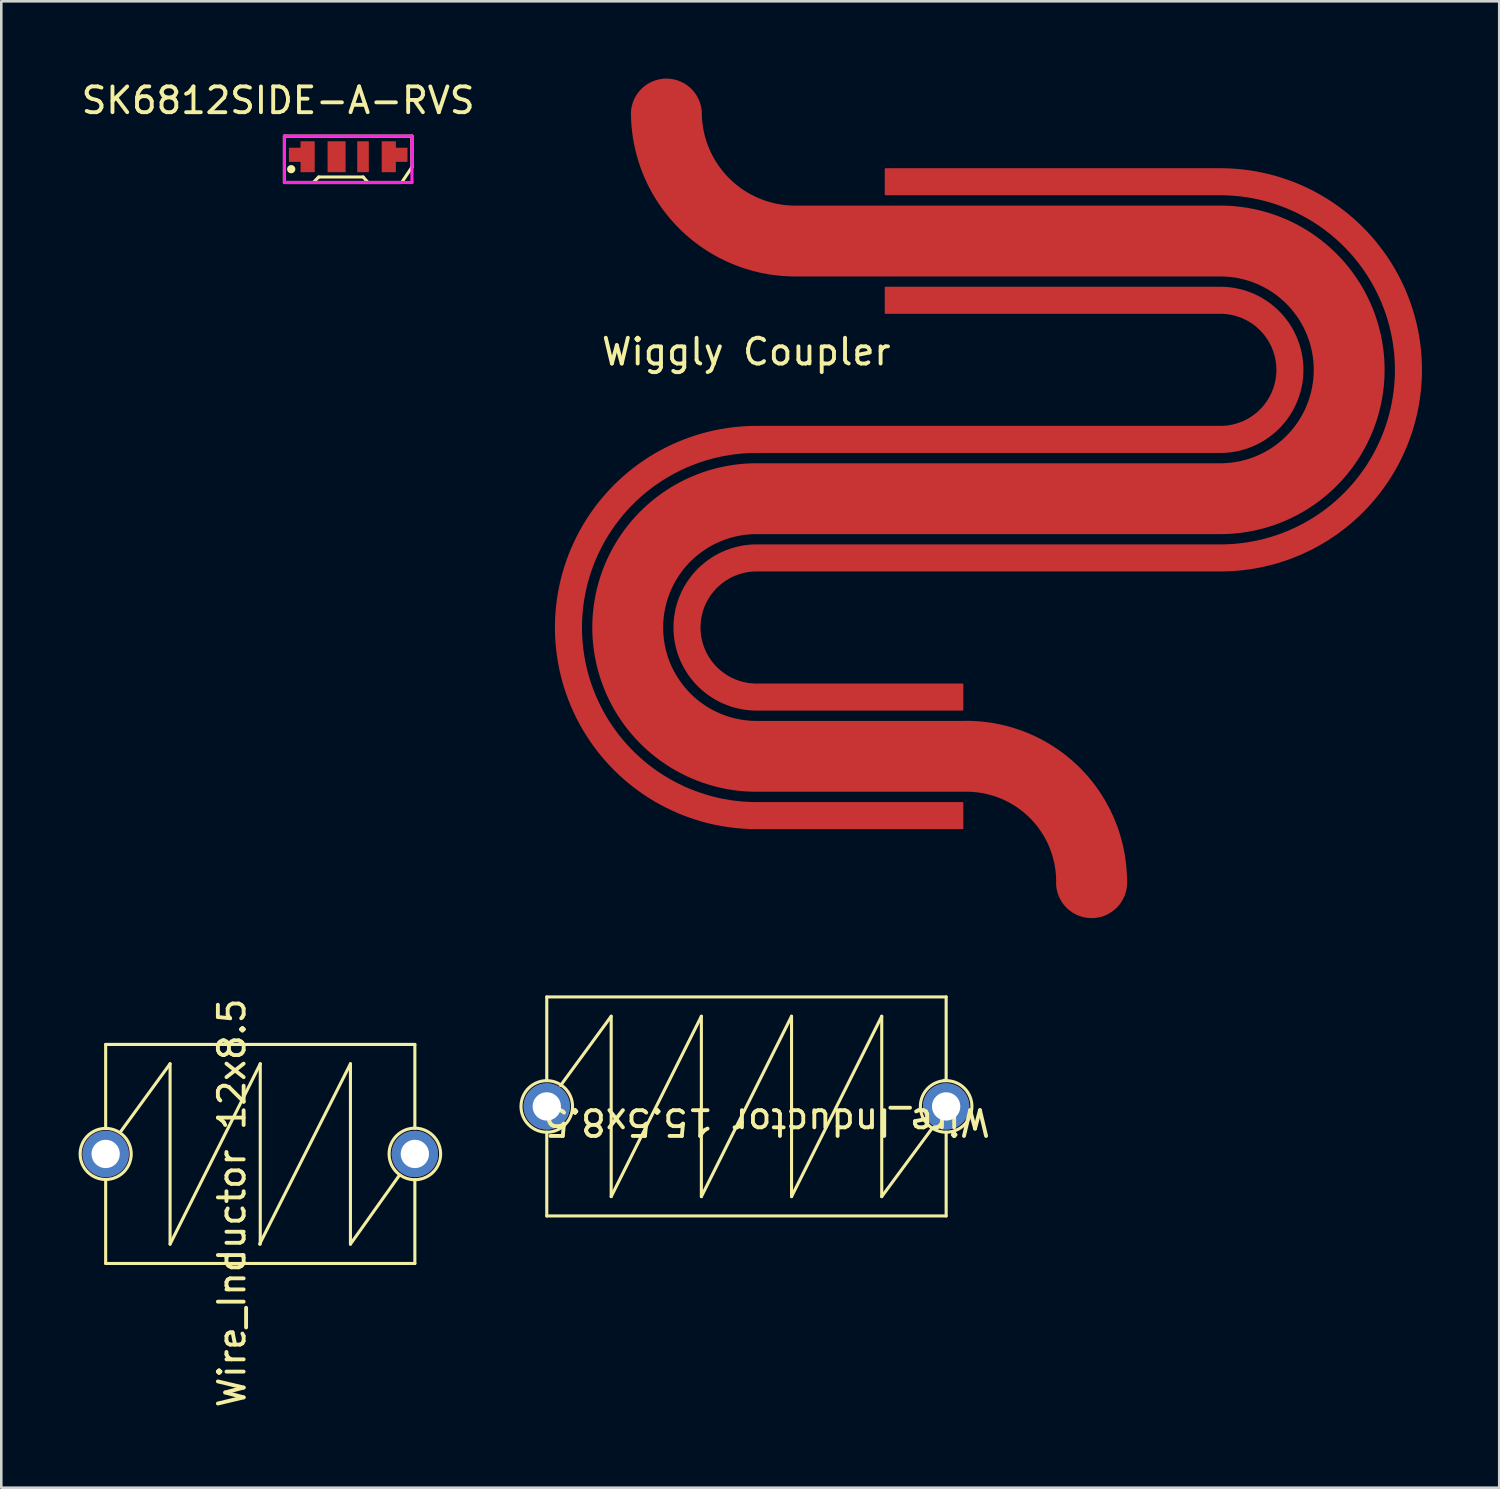
<source format=kicad_pcb>
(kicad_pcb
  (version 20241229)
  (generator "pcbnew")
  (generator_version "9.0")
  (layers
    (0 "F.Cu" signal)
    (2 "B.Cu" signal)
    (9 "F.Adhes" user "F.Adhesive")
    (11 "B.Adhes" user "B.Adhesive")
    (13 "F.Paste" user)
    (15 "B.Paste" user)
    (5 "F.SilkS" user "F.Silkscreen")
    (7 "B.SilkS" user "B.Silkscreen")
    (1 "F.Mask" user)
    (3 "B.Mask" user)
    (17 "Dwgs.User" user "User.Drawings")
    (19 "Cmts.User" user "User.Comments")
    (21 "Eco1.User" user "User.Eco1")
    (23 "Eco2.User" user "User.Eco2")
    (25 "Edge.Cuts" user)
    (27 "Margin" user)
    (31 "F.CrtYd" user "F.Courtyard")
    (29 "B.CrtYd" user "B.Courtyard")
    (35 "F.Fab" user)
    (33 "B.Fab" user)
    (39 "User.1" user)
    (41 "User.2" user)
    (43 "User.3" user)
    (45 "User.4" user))
  (footprint "Wire_Inductor 12x8.5"
    (layer "F.Cu")
    (at 7.051 41.736)
    (property "Reference" "Wire_Inductor 12x8.5" (at -1.1 1.9 90) (unlocked yes) (layer "F.SilkS") (effects (font (size 1 1) (thickness 0.15))))
    (attr through_hole exclude_from_pos_files exclude_from_bom)
    (fp_line (start -6 -4.25) (end 6 -4.25) (stroke (width 0.12) (type solid)) (layer "F.SilkS"))
    (fp_line (start -6 -1) (end -6 -4.25) (stroke (width 0.12) (type solid)) (layer "F.SilkS"))
    (fp_line (start -6 1) (end -6 4.25) (stroke (width 0.12) (type solid)) (layer "F.SilkS"))
    (fp_line (start -6 4.25) (end 6 4.25) (stroke (width 0.12) (type solid)) (layer "F.SilkS"))
    (fp_line (start -3.5 -3.5) (end -5.405 -0.884) (stroke (width 0.12) (type solid)) (layer "F.SilkS"))
    (fp_line (start -3.5 3.5) (end -3.5 -3.5) (stroke (width 0.12) (type solid)) (layer "F.SilkS"))
    (fp_line (start -0.025 3.5) (end 3.5 -3.5) (stroke (width 0.12) (type solid)) (layer "F.SilkS"))
    (fp_line (start 0 -3.5) (end -3.5 3.5) (stroke (width 0.12) (type solid)) (layer "F.SilkS"))
    (fp_line (start 0 -3.5) (end 0 3.5) (stroke (width 0.12) (type solid)) (layer "F.SilkS"))
    (fp_line (start 3.5 -3.5) (end 3.5 3.5) (stroke (width 0.12) (type solid)) (layer "F.SilkS"))
    (fp_line (start 3.5 3.5) (end 5.41 0.813) (stroke (width 0.12) (type solid)) (layer "F.SilkS"))
    (fp_line (start 6 -4.25) (end 6 -1) (stroke (width 0.12) (type solid)) (layer "F.SilkS"))
    (fp_line (start 6 4.25) (end 6 1) (stroke (width 0.12) (type solid)) (layer "F.SilkS"))
    (fp_circle (center -6 0) (end -5.182 -0.559) (stroke (width 0.12) (type solid)) (fill no) (layer "F.SilkS"))
    (fp_circle (center 6 0) (end 7 0) (stroke (width 0.12) (type solid)) (fill no) (layer "F.SilkS"))
    (pad "1" thru_hole circle (at -6 0) (size 1.8 1.8) (drill 1.1) (layers "*.Cu" "*.Mask"))
    (pad "2" thru_hole circle (at 6 0) (size 1.8 1.8) (drill 1.1) (layers "*.Cu" "*.Mask")))
  (footprint "Wire_Inductor 15.5x8.5"
    (layer "F.Cu")
    (at 25.921 39.892)
    (property "Reference" "Wire_Inductor 15.5x8.5" (at 0.8 0.6 180) (unlocked yes) (layer "F.SilkS") (effects (font (size 1 1) (thickness 0.15))))
    (attr through_hole exclude_from_pos_files exclude_from_bom)
    (fp_line (start -7.75 -4.25) (end 7.75 -4.25) (stroke (width 0.12) (type solid)) (layer "F.SilkS"))
    (fp_line (start -7.75 -1) (end -7.75 -4.25) (stroke (width 0.12) (type solid)) (layer "F.SilkS"))
    (fp_line (start -7.75 4.25) (end -7.75 1) (stroke (width 0.12) (type solid)) (layer "F.SilkS"))
    (fp_line (start -5.25 -3.5) (end -7.214 -0.813) (stroke (width 0.12) (type solid)) (layer "F.SilkS"))
    (fp_line (start -5.25 3.5) (end -5.25 -3.5) (stroke (width 0.12) (type solid)) (layer "F.SilkS"))
    (fp_line (start -1.75 -3.5) (end -5.25 3.5) (stroke (width 0.12) (type solid)) (layer "F.SilkS"))
    (fp_line (start -1.75 -3.5) (end -1.75 3.5) (stroke (width 0.12) (type solid)) (layer "F.SilkS"))
    (fp_line (start -1.75 3.5) (end 1.75 -3.5) (stroke (width 0.12) (type solid)) (layer "F.SilkS"))
    (fp_line (start 1.75 -3.5) (end 1.75 3.5) (stroke (width 0.12) (type solid)) (layer "F.SilkS"))
    (fp_line (start 1.75 3.5) (end 5.25 -3.5) (stroke (width 0.12) (type solid)) (layer "F.SilkS"))
    (fp_line (start 5.25 -3.5) (end 5.25 3.5) (stroke (width 0.12) (type solid)) (layer "F.SilkS"))
    (fp_line (start 5.25 3.5) (end 7.214 0.838) (stroke (width 0.12) (type solid)) (layer "F.SilkS"))
    (fp_line (start 7.671 -1) (end 7.671 -1.016) (stroke (width 0.12) (type solid)) (layer "F.SilkS"))
    (fp_line (start 7.75 -4.25) (end 7.75 -1) (stroke (width 0.12) (type solid)) (layer "F.SilkS"))
    (fp_line (start 7.75 1) (end 7.75 4.25) (stroke (width 0.12) (type solid)) (layer "F.SilkS"))
    (fp_line (start 7.75 4.25) (end -7.75 4.25) (stroke (width 0.12) (type solid)) (layer "F.SilkS"))
    (fp_circle (center -7.75 0) (end -6.75 0) (stroke (width 0.12) (type solid)) (fill no) (layer "F.SilkS"))
    (fp_circle (center 7.75 0) (end 8.75 0) (stroke (width 0.12) (type solid)) (fill no) (layer "F.SilkS"))
    (pad "1" thru_hole circle (at -7.75 0) (size 1.8 1.8) (drill 1.1) (layers "*.Cu" "*.Mask"))
    (pad "2" thru_hole circle (at 7.75 0) (size 1.8 1.8) (drill 1.1) (layers "*.Cu" "*.Mask")))
  (footprint "Wiggly Coupler"
    (layer "F.Cu")
    (at 31.313 16.304)
    (property "Reference" "Wiggly Coupler" (at -5.4 -5.7 0) (unlocked yes) (layer "F.SilkS") (effects (font (size 1 1) (thickness 0.15))))
    (attr smd exclude_from_pos_files exclude_from_bom)
    (pad "1" smd custom (at -8.484 -15.138) (size 1.524 1.524) (layers "F.Cu") (options (anchor circle)) (primitives (gr_poly (pts (xy -1.143 -0.381) (xy -1.127 -0.49) (xy -1.072 -0.602) (xy -0.984 -0.691) (xy -0.871 -0.746) (xy -0.762 -0.762) (xy 0.762 -0.762) (xy 0.871 -0.746) (xy 0.983 -0.691) (xy 1.072 -0.603) (xy 1.127 -0.49) (xy 1.143 -0.381) (xy 1.143 0.381) (xy 1.127 0.49) (xy 1.072 0.602) (xy 0.984 0.691) (xy 0.871 0.746) (xy 0.762 0.762) (xy -0.762 0.762) (xy -0.871 0.746) (xy -0.983 0.691) (xy -1.072 0.603) (xy -1.127 0.49) (xy -1.143 0.381)) (width 0) (fill yes)) (gr_poly (pts (arc (start 3.4836 16.4884) (mid -0.1664 20.1384) (end 3.4836 23.7884)) (arc (start 11.464481 23.7884) (mid 16.025829 25.611455) (end 17.832986 30.179125)) (arc (start 17.832986 30.179125) (mid 16.445797 31.390966) (end 15.134214 30.097675)) (arc (start 15.134214 30.097675) (mid 14.102381 27.506387) (end 11.505623 26.4884)) (arc (start 3.4836 26.4884) (mid -2.8664 20.1384) (end 3.4836 13.7884)) (arc (start 21.4836 13.7884) (mid 25.1336 10.1384) (end 21.4836 6.4884)) (arc (start 4.9836 6.4884) (mid 0.493472 4.628528) (end -1.3664 0.1384)) (arc (start -1.3664 0.1384) (mid -0.0164 -1.140325) (end 1.3336 0.1384)) (arc (start 1.3336 0.1384) (mid 2.40266 2.71934) (end 4.9836 3.7884)) (arc (start 21.4836 3.7884) (mid 27.8336 10.1384) (end 21.4836 16.4884))) (width 0.05) (fill yes)) (gr_line (start 3.484 26.488) (end 11.506 26.488) (width 0.05))))
    (pad "2" smd custom (at 0.508 -12.294) (size 1 1) (layers "F.Cu") (options (anchor rect)) (primitives (gr_poly (pts (arc (start -5.508 15.0936) (mid -7.708 17.2936) (end -5.508 19.4936)) (xy 2.492 19.494) (xy 2.492 20.494) (arc (start -5.508 20.4936) (mid -8.708 17.2936) (end -5.508 14.0936)) (arc (start 12.492 14.0936) (mid 19.292 7.2936) (end 12.492 0.4936)) (xy -0.508 0.494) (xy -0.508 -0.506) (arc (start 12.492 -0.5064) (mid 20.292 7.2936) (end 12.492 15.0936))) (width 0.05) (fill yes)) (gr_arc (start -5.508 19.4936) (mid -7.708 17.2936) (end -5.508 15.0936) (width 0.05)) (gr_arc (start -5.508 19.4936) (mid -7.708 17.2936) (end -5.508 15.0936) (width 0.05)) (gr_arc (start -5.508 20.4936) (mid -8.708 17.2936) (end -5.508 14.0936) (width 0.05)) (gr_arc (start -5.508 20.4936) (mid -8.708 17.2936) (end -5.508 14.0936) (width 0.05))))
    (pad "3" smd custom (at 2.489 12.294) (size 1 1) (layers "F.Cu") (options (anchor rect)) (primitives (gr_poly (pts (arc (start -7.4892 -14.0936) (mid -14.2892 -7.2936) (end -7.4892 -0.4936)) (xy 0.511 -0.494) (xy 0.511 0.506) (arc (start -7.4892 0.5064) (mid -15.2892 -7.2936) (end -7.4892 -15.0936)) (arc (start 10.5108 -15.0936) (mid 12.7108 -17.2936) (end 10.5108 -19.4936)) (xy -2.489 -19.494) (xy -2.489 -20.494) (arc (start 10.5108 -20.4936) (mid 13.7108 -17.2936) (end 10.5108 -14.0936))) (width 0.05) (fill yes)))))
  (footprint "SK6812SIDE-A-RVS"
    (layer "F.Cu")
    (at 10.589 3.033)
    (property "Reference" "SK6812SIDE-A-RVS" (at -2.845 -2.184 0) (unlocked yes) (layer "F.SilkS") (effects (font (size 1 1) (thickness 0.15))))
    (attr smd)
    (fp_line (start -2.6 -0.8) (end -2.6 1) (stroke (width 0.12) (type default)) (layer "F.SilkS"))
    (fp_line (start -2.6 1) (end 1.95 1) (stroke (width 0.12) (type default)) (layer "F.SilkS"))
    (fp_line (start -1.473 0.991) (end -1.27 0.787) (stroke (width 0.12) (type default)) (layer "F.SilkS"))
    (fp_line (start -1.27 0.787) (end 0.457 0.787) (stroke (width 0.12) (type default)) (layer "F.SilkS"))
    (fp_line (start 0.457 0.787) (end 0.635 0.991) (stroke (width 0.12) (type default)) (layer "F.SilkS"))
    (fp_line (start 1.95 1) (end 2.35 0.4) (stroke (width 0.12) (type default)) (layer "F.SilkS"))
    (fp_line (start 2.35 -0.8) (end -2.6 -0.8) (stroke (width 0.12) (type default)) (layer "F.SilkS"))
    (fp_line (start 2.35 0.4) (end 2.35 -0.8) (stroke (width 0.12) (type default)) (layer "F.SilkS"))
    (fp_circle (center -2.337 0.483) (end -2.237 0.483) (stroke (width 0.12) (type solid)) (fill yes) (layer "F.SilkS"))
    (fp_line (start -2.6 -0.8) (end 2.35 -0.8) (stroke (width 0.12) (type default)) (layer "F.CrtYd"))
    (fp_line (start -2.6 1) (end -2.6 -0.8) (stroke (width 0.12) (type default)) (layer "F.CrtYd"))
    (fp_line (start 2.35 -0.8) (end 2.35 1) (stroke (width 0.12) (type default)) (layer "F.CrtYd"))
    (fp_line (start 2.35 1) (end -2.6 1) (stroke (width 0.12) (type default)) (layer "F.CrtYd"))
    (pad "1" smd custom (at -1.7 0) (size 0.55 1.2) (layers "F.Cu" "F.Mask" "F.Paste") (options (anchor rect)) (primitives (gr_rect (start -0.725 -0.35) (end -0.275 0.2) (width 0.001) (fill yes))))
    (pad "2" smd rect (at -0.575 0) (size 0.7 1.2) (layers "F.Cu" "F.Mask" "F.Paste"))
    (pad "3" smd rect (at 0.45 0) (size 0.45 1.2) (layers "F.Cu" "F.Mask" "F.Paste"))
    (pad "4" smd custom (at 1.45 0) (size 0.55 1.2) (layers "F.Cu" "F.Mask" "F.Paste") (options (anchor rect)) (primitives (gr_rect (start 0.275 -0.35) (end 0.725 0.2) (width 0.001) (fill yes)))))
  (gr_rect
    (start -3 -3)
    (end 55.137 54.689)
    (stroke (width 0.1) (type default))
    (fill no)
    (layer "Edge.Cuts")))
</source>
